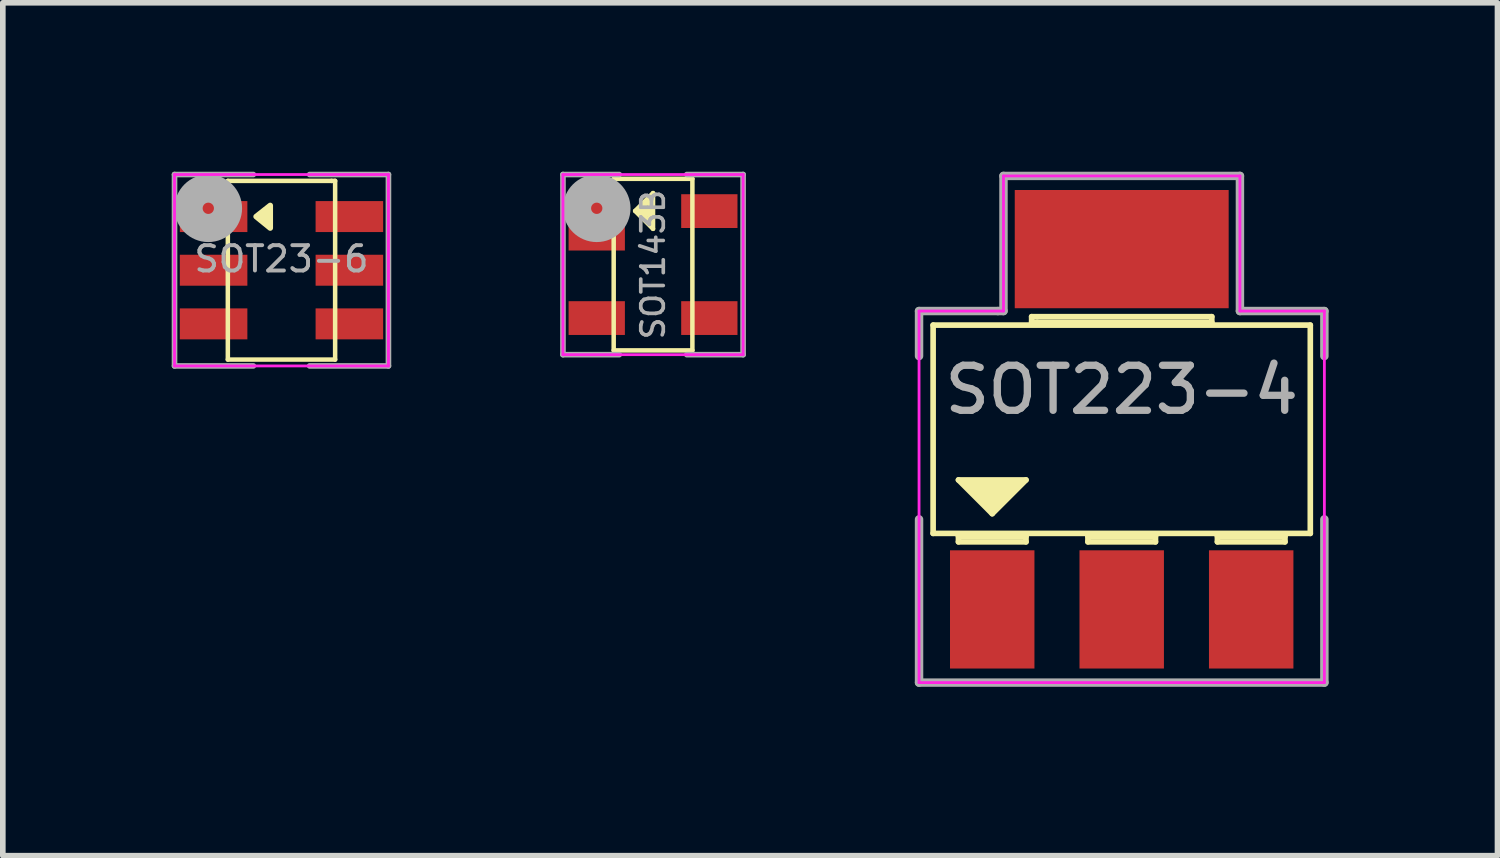
<source format=kicad_pcb>
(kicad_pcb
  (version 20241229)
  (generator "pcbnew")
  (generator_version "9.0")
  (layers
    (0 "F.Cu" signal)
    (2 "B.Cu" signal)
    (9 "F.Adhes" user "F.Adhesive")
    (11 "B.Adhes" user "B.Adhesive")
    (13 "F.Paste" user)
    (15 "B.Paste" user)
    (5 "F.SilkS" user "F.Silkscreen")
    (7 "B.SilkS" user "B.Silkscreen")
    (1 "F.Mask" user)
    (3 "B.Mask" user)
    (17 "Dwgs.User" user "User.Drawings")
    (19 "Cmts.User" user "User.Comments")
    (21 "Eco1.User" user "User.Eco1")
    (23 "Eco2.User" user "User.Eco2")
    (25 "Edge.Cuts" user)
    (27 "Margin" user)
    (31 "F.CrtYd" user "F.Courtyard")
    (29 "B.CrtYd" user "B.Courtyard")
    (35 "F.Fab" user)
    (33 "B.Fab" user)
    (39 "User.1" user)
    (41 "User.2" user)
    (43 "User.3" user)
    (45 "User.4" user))
  (footprint "SOT143B"
    (layer "F.Cu")
    (at 8.55 1.65)
    (property "Reference" "SOT143B" (at 0 0 90) (layer "F.Fab") (effects (font (size 0.4 0.4) (thickness 0.065))))
    (attr smd)
    (fp_line (start -0.699 -1.524) (end 0.699 -1.524) (stroke (width 0.08) (type solid)) (layer "F.SilkS"))
    (fp_line (start -0.699 1.524) (end -0.699 -1.524) (stroke (width 0.08) (type solid)) (layer "F.SilkS"))
    (fp_line (start -0.699 1.524) (end 0.699 1.524) (stroke (width 0.08) (type solid)) (layer "F.SilkS"))
    (fp_line (start -0.318 -0.953) (end 0 -1.27) (stroke (width 0.08) (type solid)) (layer "F.SilkS"))
    (fp_line (start -0.254 -0.953) (end -0.064 -0.953) (stroke (width 0.08) (type solid)) (layer "F.SilkS"))
    (fp_line (start -0.191 -1.016) (end -0.191 -0.889) (stroke (width 0.08) (type solid)) (layer "F.SilkS"))
    (fp_line (start -0.191 -0.889) (end -0.064 -0.762) (stroke (width 0.08) (type solid)) (layer "F.SilkS"))
    (fp_line (start -0.127 -0.889) (end -0.127 -1.016) (stroke (width 0.08) (type solid)) (layer "F.SilkS"))
    (fp_line (start -0.064 -1.143) (end -0.191 -1.016) (stroke (width 0.08) (type solid)) (layer "F.SilkS"))
    (fp_line (start -0.064 -0.953) (end -0.064 -1.143) (stroke (width 0.08) (type solid)) (layer "F.SilkS"))
    (fp_line (start -0.064 -0.889) (end -0.127 -0.889) (stroke (width 0.08) (type solid)) (layer "F.SilkS"))
    (fp_line (start -0.064 -0.762) (end -0.064 -0.889) (stroke (width 0.08) (type solid)) (layer "F.SilkS"))
    (fp_line (start 0 -1.27) (end 0 -0.635) (stroke (width 0.08) (type solid)) (layer "F.SilkS"))
    (fp_line (start 0 -0.635) (end -0.318 -0.953) (stroke (width 0.08) (type solid)) (layer "F.SilkS"))
    (fp_line (start 0.699 -1.524) (end 0.699 1.524) (stroke (width 0.08) (type solid)) (layer "F.SilkS"))
    (fp_line (start -1.6 -1.6) (end 1.6 -1.6) (stroke (width 0.05) (type solid)) (layer "F.CrtYd"))
    (fp_line (start -1.6 1.6) (end -1.6 -1.6) (stroke (width 0.05) (type solid)) (layer "F.CrtYd"))
    (fp_line (start 1.6 -1.6) (end 1.6 1.6) (stroke (width 0.05) (type solid)) (layer "F.CrtYd"))
    (fp_line (start 1.6 1.6) (end -1.6 1.6) (stroke (width 0.05) (type solid)) (layer "F.CrtYd"))
    (fp_line (start -1.6 -1.6) (end -1.6 1.6) (stroke (width 0.1) (type solid)) (layer "F.Fab"))
    (fp_line (start -1.6 1.6) (end -0.6 1.6) (stroke (width 0.1) (type solid)) (layer "F.Fab"))
    (fp_line (start -0.6 -1.6) (end -1.6 -1.6) (stroke (width 0.1) (type solid)) (layer "F.Fab"))
    (fp_line (start 0.6 1.6) (end 1.6 1.6) (stroke (width 0.1) (type solid)) (layer "F.Fab"))
    (fp_line (start 1.6 -1.6) (end 0.6 -1.6) (stroke (width 0.1) (type solid)) (layer "F.Fab"))
    (fp_line (start 1.6 1.6) (end 1.6 -1.6) (stroke (width 0.1) (type solid)) (layer "F.Fab"))
    (fp_circle (center -1 -1) (end -0.9 -1) (stroke (width 0.5) (type solid)) (fill no) (layer "F.Fab"))
    (pad "1" smd rect (at -1 -0.75) (size 1 1) (layers "F.Cu" "F.Mask" "F.Paste"))
    (pad "2" smd rect (at -1 0.95) (size 1 0.6) (layers "F.Cu" "F.Mask" "F.Paste"))
    (pad "3" smd rect (at 1 0.95) (size 1 0.6) (layers "F.Cu" "F.Mask" "F.Paste"))
    (pad "4" smd rect (at 1 -0.95) (size 1 0.6) (layers "F.Cu" "F.Mask" "F.Paste")))
  (footprint "SOT223-4"
    (layer "F.Cu")
    (at 16.875 4.575)
    (property "Reference" "SOT223-4" (at 0 -0.7 0) (layer "F.Fab") (effects (font (size 0.8 0.8) (thickness 0.13))))
    (attr smd)
    (fp_line (start -3.35 -1.85) (end 3.35 -1.85) (stroke (width 0.1) (type solid)) (layer "F.SilkS"))
    (fp_line (start -3.35 1.85) (end -3.35 -1.85) (stroke (width 0.1) (type solid)) (layer "F.SilkS"))
    (fp_line (start -2.9 0.9) (end -1.7 0.9) (stroke (width 0.1) (type solid)) (layer "F.SilkS"))
    (fp_line (start -2.9 1.9) (end -2.9 2) (stroke (width 0.1) (type solid)) (layer "F.SilkS"))
    (fp_line (start -2.9 1.9) (end -1.7 1.9) (stroke (width 0.1) (type solid)) (layer "F.SilkS"))
    (fp_line (start -2.9 2) (end -1.7 2) (stroke (width 0.1) (type solid)) (layer "F.SilkS"))
    (fp_line (start -2.7 1.05) (end -1.9 1.05) (stroke (width 0.12) (type solid)) (layer "F.SilkS"))
    (fp_line (start -2.4 1.3) (end -2.2 1.3) (stroke (width 0.12) (type solid)) (layer "F.SilkS"))
    (fp_line (start -2.3 1.4) (end -2.4 1.3) (stroke (width 0.12) (type solid)) (layer "F.SilkS"))
    (fp_line (start -2.3 1.5) (end -2.9 0.9) (stroke (width 0.1) (type solid)) (layer "F.SilkS"))
    (fp_line (start -2.2 1.3) (end -2.3 1.4) (stroke (width 0.12) (type solid)) (layer "F.SilkS"))
    (fp_line (start -2.1 1.25) (end -2.5 1.25) (stroke (width 0.12) (type solid)) (layer "F.SilkS"))
    (fp_line (start -2 1.15) (end -2.6 1.15) (stroke (width 0.12) (type solid)) (layer "F.SilkS"))
    (fp_line (start -1.8 0.95) (end -2.8 0.95) (stroke (width 0.12) (type solid)) (layer "F.SilkS"))
    (fp_line (start -1.7 0.9) (end -2.3 1.5) (stroke (width 0.1) (type solid)) (layer "F.SilkS"))
    (fp_line (start -1.7 2) (end -1.7 1.9) (stroke (width 0.1) (type solid)) (layer "F.SilkS"))
    (fp_line (start -1.6 -2) (end 1.6 -2) (stroke (width 0.1) (type solid)) (layer "F.SilkS"))
    (fp_line (start -1.6 -1.9) (end -1.6 -2) (stroke (width 0.1) (type solid)) (layer "F.SilkS"))
    (fp_line (start -1.5 -1.9) (end -1.6 -1.9) (stroke (width 0.1) (type solid)) (layer "F.SilkS"))
    (fp_line (start -0.6 1.9) (end -0.6 2) (stroke (width 0.1) (type solid)) (layer "F.SilkS"))
    (fp_line (start -0.6 1.9) (end 0.6 1.9) (stroke (width 0.1) (type solid)) (layer "F.SilkS"))
    (fp_line (start -0.6 2) (end 0.6 2) (stroke (width 0.1) (type solid)) (layer "F.SilkS"))
    (fp_line (start 0.6 2) (end 0.6 1.9) (stroke (width 0.1) (type solid)) (layer "F.SilkS"))
    (fp_line (start 1.6 -2) (end 1.6 -1.9) (stroke (width 0.1) (type solid)) (layer "F.SilkS"))
    (fp_line (start 1.6 -1.9) (end -1.5 -1.9) (stroke (width 0.1) (type solid)) (layer "F.SilkS"))
    (fp_line (start 1.7 1.9) (end 1.7 2) (stroke (width 0.1) (type solid)) (layer "F.SilkS"))
    (fp_line (start 1.7 1.9) (end 2.9 1.9) (stroke (width 0.1) (type solid)) (layer "F.SilkS"))
    (fp_line (start 1.7 2) (end 2.9 2) (stroke (width 0.1) (type solid)) (layer "F.SilkS"))
    (fp_line (start 2.9 2) (end 2.9 1.9) (stroke (width 0.1) (type solid)) (layer "F.SilkS"))
    (fp_line (start 3.35 -1.85) (end 3.35 1.85) (stroke (width 0.1) (type solid)) (layer "F.SilkS"))
    (fp_line (start 3.35 1.85) (end -3.35 1.85) (stroke (width 0.1) (type solid)) (layer "F.SilkS"))
    (fp_line (start -3.6 -2.1) (end -2.1 -2.1) (stroke (width 0.05) (type solid)) (layer "F.CrtYd"))
    (fp_line (start -3.6 4.5) (end -3.6 -2.1) (stroke (width 0.05) (type solid)) (layer "F.CrtYd"))
    (fp_line (start -2.1 -4.5) (end 2.1 -4.5) (stroke (width 0.05) (type solid)) (layer "F.CrtYd"))
    (fp_line (start -2.1 -2.1) (end -2.1 -4.5) (stroke (width 0.05) (type solid)) (layer "F.CrtYd"))
    (fp_line (start 2.1 -4.5) (end 2.1 -2.1) (stroke (width 0.05) (type solid)) (layer "F.CrtYd"))
    (fp_line (start 2.1 -2.1) (end 3.6 -2.1) (stroke (width 0.05) (type solid)) (layer "F.CrtYd"))
    (fp_line (start 3.6 -2.1) (end 3.6 4.5) (stroke (width 0.05) (type solid)) (layer "F.CrtYd"))
    (fp_line (start 3.6 4.5) (end -3.6 4.5) (stroke (width 0.05) (type solid)) (layer "F.CrtYd"))
    (fp_line (start -3.6 -2.1) (end -3.6 -1.3) (stroke (width 0.15) (type solid)) (layer "F.Fab"))
    (fp_line (start -3.6 -2.1) (end -2.2 -2.1) (stroke (width 0.15) (type solid)) (layer "F.Fab"))
    (fp_line (start -3.6 1.6) (end -3.6 4.5) (stroke (width 0.15) (type solid)) (layer "F.Fab"))
    (fp_line (start -3.6 4.5) (end 3.6 4.5) (stroke (width 0.15) (type solid)) (layer "F.Fab"))
    (fp_line (start -2.2 -2.1) (end -2.1 -2.1) (stroke (width 0.15) (type solid)) (layer "F.Fab"))
    (fp_line (start -2.1 -4.5) (end 2.1 -4.5) (stroke (width 0.15) (type solid)) (layer "F.Fab"))
    (fp_line (start -2.1 -2.1) (end -2.1 -4.5) (stroke (width 0.15) (type solid)) (layer "F.Fab"))
    (fp_line (start 2.1 -4.5) (end 2.1 -2.1) (stroke (width 0.15) (type solid)) (layer "F.Fab"))
    (fp_line (start 2.1 -2.1) (end 3.6 -2.1) (stroke (width 0.15) (type solid)) (layer "F.Fab"))
    (fp_line (start 3.6 -2.1) (end 3.6 -1.3) (stroke (width 0.15) (type solid)) (layer "F.Fab"))
    (fp_line (start 3.6 4.5) (end 3.6 1.6) (stroke (width 0.15) (type solid)) (layer "F.Fab"))
    (pad "1" smd rect (at -2.3 3.2 90) (size 2.1 1.5) (layers "F.Cu" "F.Mask" "F.Paste"))
    (pad "2" smd rect (at 0 3.2 90) (size 2.1 1.5) (layers "F.Cu" "F.Mask" "F.Paste"))
    (pad "3" smd rect (at 2.3 3.2 90) (size 2.1 1.5) (layers "F.Cu" "F.Mask" "F.Paste"))
    (pad "4" smd rect (at 0 -3.2 90) (size 2.1 3.8) (layers "F.Cu" "F.Mask" "F.Paste")))
  (footprint "SOT23-6"
    (layer "F.Cu")
    (at 1.95 1.75)
    (property "Reference" "SOT23-6" (at 0 -0.2 180) (layer "F.Fab") (effects (font (size 0.45 0.45) (thickness 0.07))))
    (attr smd)
    (fp_line (start -0.953 -1.587) (end 0.889 -1.587) (stroke (width 0.08) (type solid)) (layer "F.SilkS"))
    (fp_line (start -0.953 1.587) (end -0.953 -1.587) (stroke (width 0.08) (type solid)) (layer "F.SilkS"))
    (fp_line (start 0.889 -1.587) (end 0.953 -1.587) (stroke (width 0.08) (type solid)) (layer "F.SilkS"))
    (fp_line (start 0.953 -1.587) (end 0.953 1.587) (stroke (width 0.08) (type solid)) (layer "F.SilkS"))
    (fp_line (start 0.953 1.587) (end -0.953 1.587) (stroke (width 0.08) (type solid)) (layer "F.SilkS"))
    (fp_poly (pts (xy -0.2 -0.75) (xy -0.45 -0.953) (xy -0.2 -1.15)) (stroke (width 0.1) (type solid)) (fill yes) (layer "F.SilkS"))
    (fp_line (start -1.9 -1.7) (end 1.9 -1.7) (stroke (width 0.05) (type solid)) (layer "F.CrtYd"))
    (fp_line (start -1.9 1.7) (end -1.9 -1.7) (stroke (width 0.05) (type solid)) (layer "F.CrtYd"))
    (fp_line (start 1.9 -1.7) (end 1.9 1.7) (stroke (width 0.05) (type solid)) (layer "F.CrtYd"))
    (fp_line (start 1.9 1.7) (end -1.9 1.7) (stroke (width 0.05) (type solid)) (layer "F.CrtYd"))
    (fp_line (start -1.9 -1.7) (end -1.9 1.7) (stroke (width 0.1) (type solid)) (layer "F.Fab"))
    (fp_line (start -1.9 1.7) (end -0.5 1.7) (stroke (width 0.1) (type solid)) (layer "F.Fab"))
    (fp_line (start -0.5 -1.7) (end -1.9 -1.7) (stroke (width 0.1) (type solid)) (layer "F.Fab"))
    (fp_line (start 0.5 1.7) (end 1.9 1.7) (stroke (width 0.1) (type solid)) (layer "F.Fab"))
    (fp_line (start 1.9 -1.7) (end 0.5 -1.7) (stroke (width 0.1) (type solid)) (layer "F.Fab"))
    (fp_line (start 1.9 1.7) (end 1.9 -1.7) (stroke (width 0.1) (type solid)) (layer "F.Fab"))
    (fp_circle (center -1.3 -1.1) (end -1.2 -1.1) (stroke (width 0.5) (type solid)) (fill no) (layer "F.Fab"))
    (pad "1" smd rect (at -1.206 -0.953) (size 1.2 0.55) (layers "F.Cu" "F.Mask" "F.Paste"))
    (pad "2" smd rect (at -1.206 0) (size 1.2 0.55) (layers "F.Cu" "F.Mask" "F.Paste"))
    (pad "3" smd rect (at -1.206 0.953) (size 1.2 0.55) (layers "F.Cu" "F.Mask" "F.Paste"))
    (pad "4" smd rect (at 1.206 0.953) (size 1.2 0.55) (layers "F.Cu" "F.Mask" "F.Paste"))
    (pad "5" smd rect (at 1.206 0) (size 1.2 0.55) (layers "F.Cu" "F.Mask" "F.Paste"))
    (pad "6" smd rect (at 1.206 -0.953) (size 1.2 0.55) (layers "F.Cu" "F.Mask" "F.Paste")))
  (gr_rect
    (start -3 -3)
    (end 23.55 12.15)
    (stroke (width 0.1) (type default))
    (fill no)
    (layer "Edge.Cuts")))
</source>
